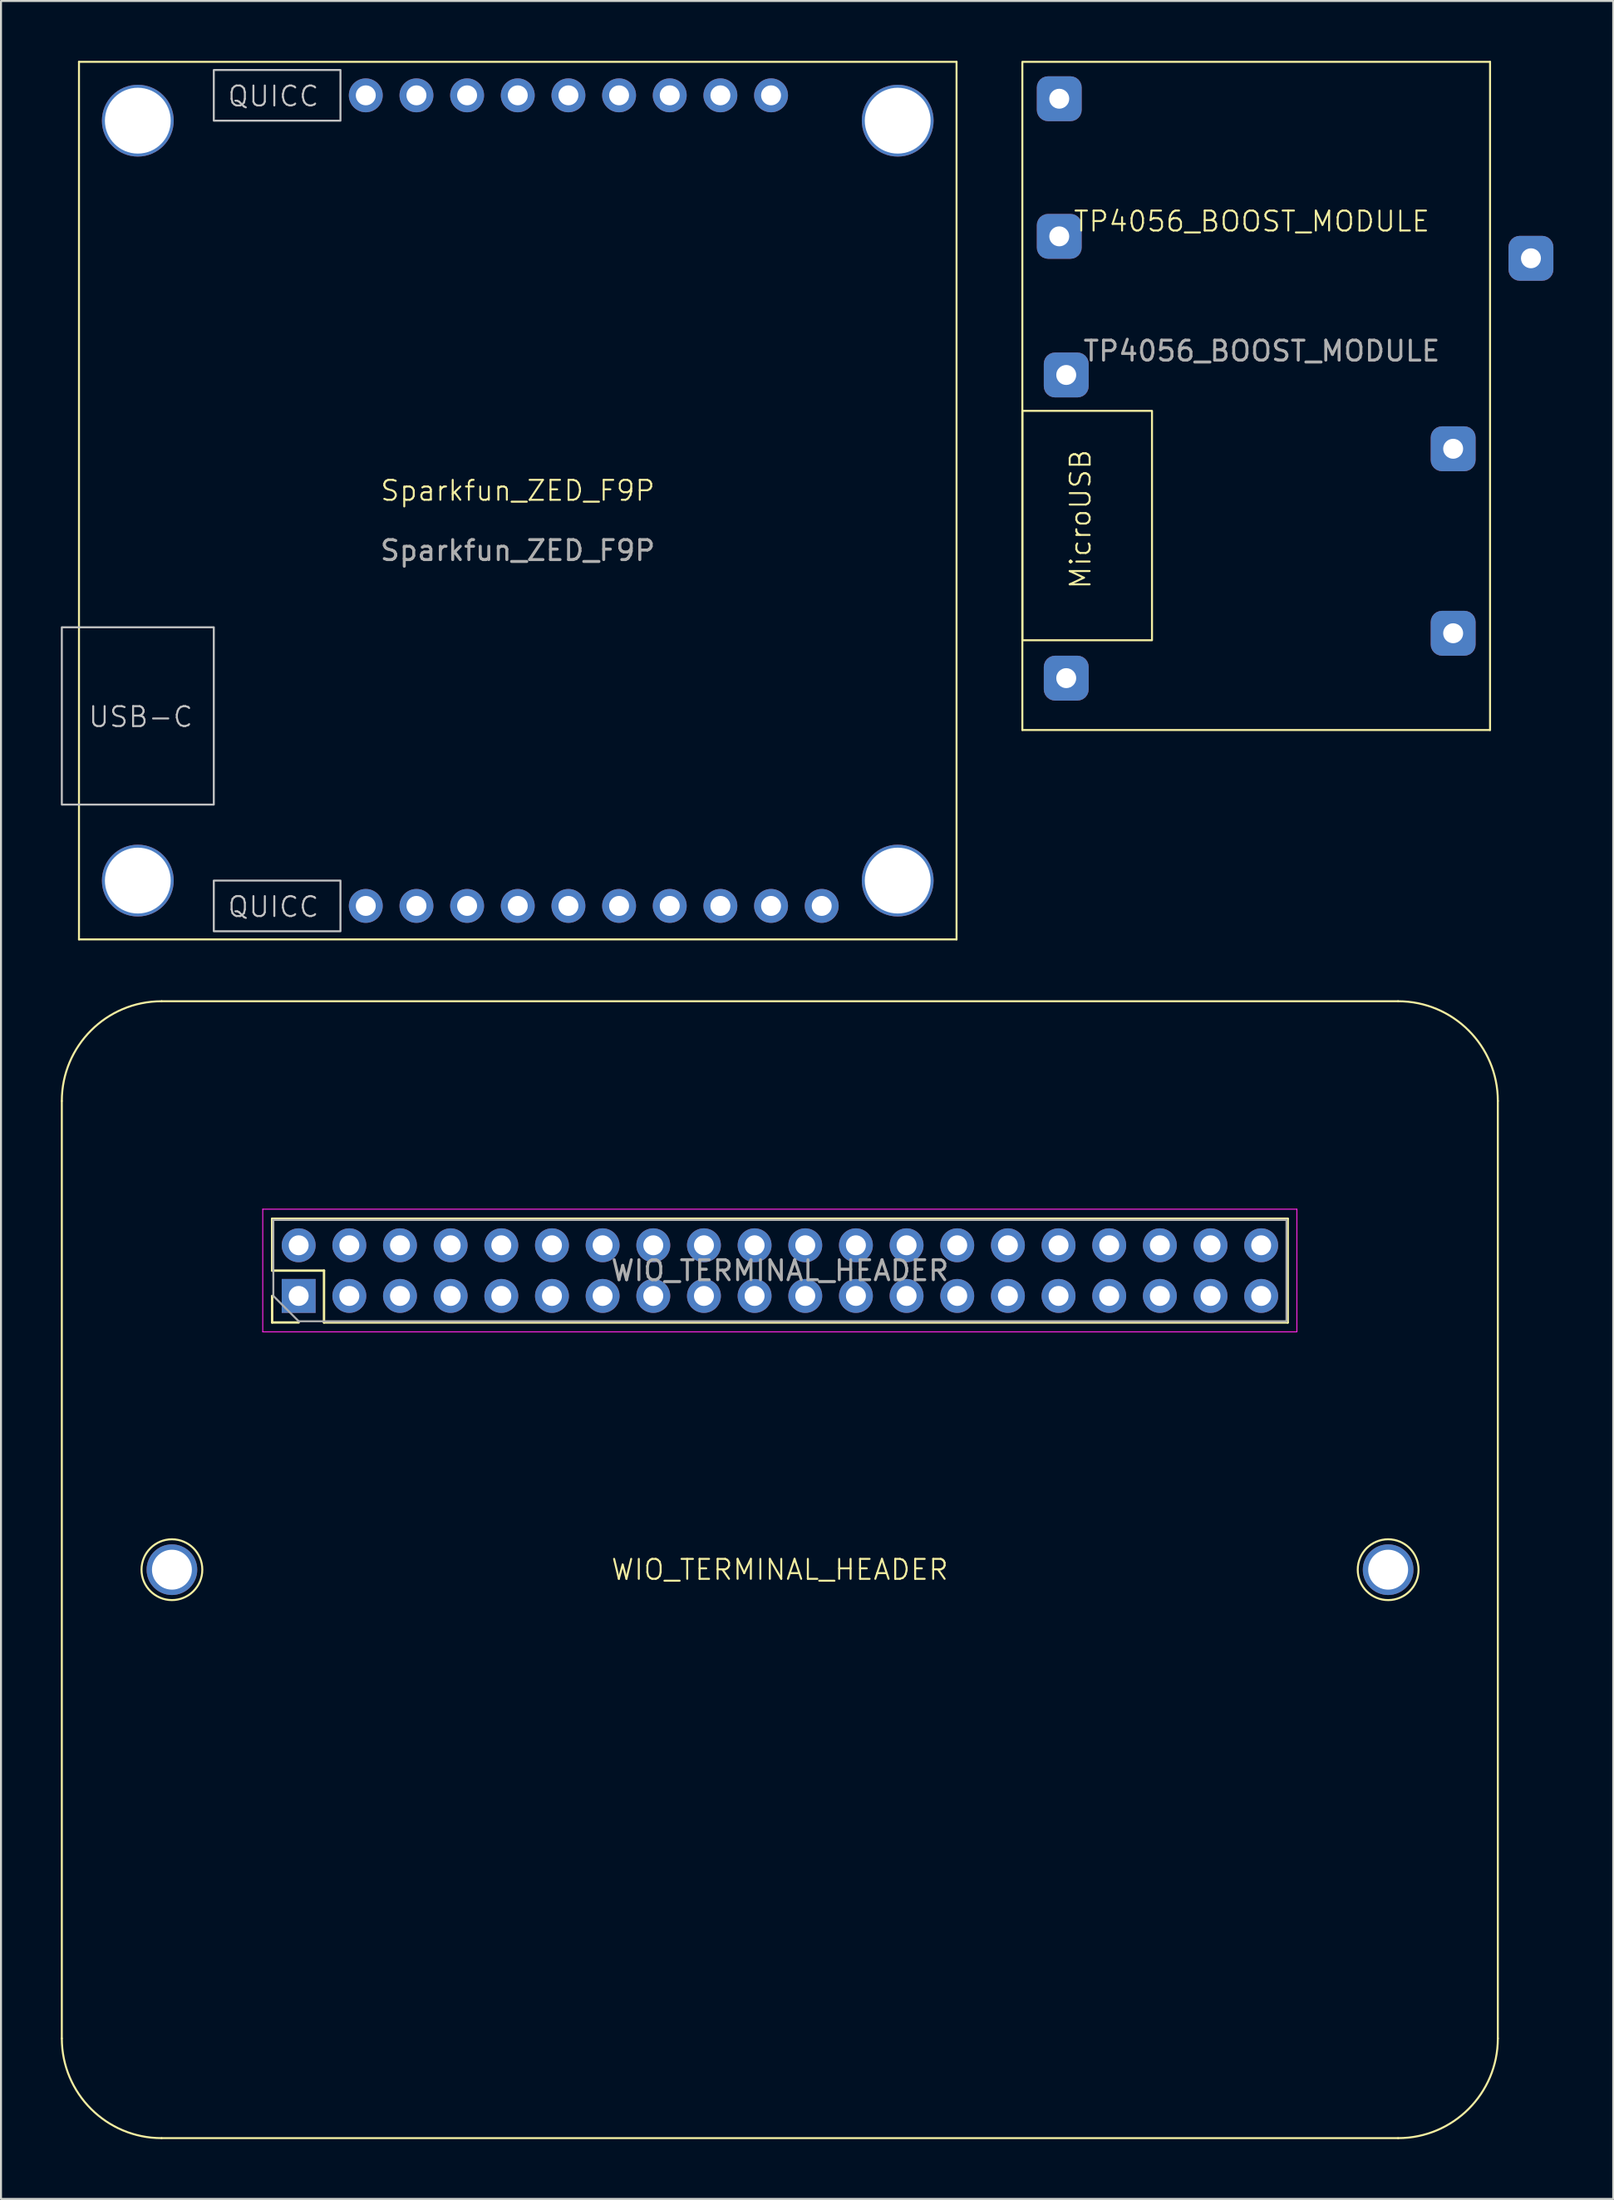
<source format=kicad_pcb>
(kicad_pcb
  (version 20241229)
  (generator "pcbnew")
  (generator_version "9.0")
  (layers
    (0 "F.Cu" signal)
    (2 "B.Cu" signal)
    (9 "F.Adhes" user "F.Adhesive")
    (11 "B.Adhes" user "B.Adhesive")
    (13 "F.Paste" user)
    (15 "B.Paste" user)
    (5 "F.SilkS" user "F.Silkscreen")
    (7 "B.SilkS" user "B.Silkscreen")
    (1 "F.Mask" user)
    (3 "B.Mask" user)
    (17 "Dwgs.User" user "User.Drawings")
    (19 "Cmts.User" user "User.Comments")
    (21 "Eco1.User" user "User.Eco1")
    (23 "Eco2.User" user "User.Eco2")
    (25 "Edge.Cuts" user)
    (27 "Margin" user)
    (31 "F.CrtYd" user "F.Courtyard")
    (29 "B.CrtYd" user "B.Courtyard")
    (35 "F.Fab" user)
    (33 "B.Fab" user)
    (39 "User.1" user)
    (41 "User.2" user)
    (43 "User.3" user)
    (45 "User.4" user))
  (footprint "Sparkfun_ZED_F9P"
    (layer "F.Cu")
    (at 22.91 22.05)
    (property "Reference" "Sparkfun_ZED_F9P" (at 0 -0.5 0) (unlocked yes) (layer "F.SilkS") (effects (font (size 1 1) (thickness 0.1))))
    (attr through_hole)
    (fp_line (start -22 -22) (end 22 -22) (stroke (width 0.1) (type default)) (layer "F.SilkS"))
    (fp_line (start -22 22) (end -22 -22) (stroke (width 0.1) (type default)) (layer "F.SilkS"))
    (fp_line (start 22 -22) (end 22 22) (stroke (width 0.1) (type default)) (layer "F.SilkS"))
    (fp_line (start 22 22) (end -22 22) (stroke (width 0.1) (type default)) (layer "F.SilkS"))
    (fp_rect (start -22.86 6.35) (end -15.24 15.24) (stroke (width 0.1) (type default)) (fill no) (layer "Dwgs.User"))
    (fp_rect (start -15.24 -21.59) (end -8.89 -19.05) (stroke (width 0.1) (type default)) (fill no) (layer "Dwgs.User"))
    (fp_rect (start -15.24 19.05) (end -8.89 21.59) (stroke (width 0.1) (type default)) (fill no) (layer "Dwgs.User"))
    (fp_text user "QUICC" (at -14.605 20.955 0) (unlocked yes) (layer "Dwgs.User") (effects (font (size 1 1) (thickness 0.1)) (justify left bottom)))
    (fp_text user "USB-C" (at -21.59 11.43 0) (unlocked yes) (layer "Dwgs.User") (effects (font (size 1 1) (thickness 0.1)) (justify left bottom)))
    (fp_text user "QUICC" (at -14.605 -19.685 0) (unlocked yes) (layer "Dwgs.User") (effects (font (size 1 1) (thickness 0.1)) (justify left bottom)))
    (fp_text user "${REFERENCE}" (at 0 2.5 0) (unlocked yes) (layer "F.Fab") (effects (font (size 1 1) (thickness 0.15))))
    (pad "" np_thru_hole circle (at -19.05 -19.05) (size 3.6 3.6) (drill 3.3) (layers "*.Cu" "*.Mask"))
    (pad "" np_thru_hole circle (at -19.05 19.05) (size 3.6 3.6) (drill 3.3) (layers "*.Cu" "*.Mask"))
    (pad "" np_thru_hole circle (at 19.05 -19.05) (size 3.6 3.6) (drill 3.3) (layers "*.Cu" "*.Mask"))
    (pad "" np_thru_hole circle (at 19.05 19.05) (size 3.6 3.6) (drill 3.3) (layers "*.Cu" "*.Mask"))
    (pad "1" thru_hole circle (at 0 20.32) (size 1.7 1.7) (drill 1) (layers "*.Cu" "*.Mask"))
    (pad "1" thru_hole circle (at 12.7 -20.32) (size 1.7 1.7) (drill 1) (layers "*.Cu" "*.Mask"))
    (pad "2" thru_hole circle (at 10.16 -20.32) (size 1.7 1.7) (drill 1) (layers "*.Cu" "*.Mask"))
    (pad "3" thru_hole circle (at 7.62 -20.32) (size 1.7 1.7) (drill 1) (layers "*.Cu" "*.Mask"))
    (pad "4" thru_hole circle (at -2.54 20.32) (size 1.7 1.7) (drill 1) (layers "*.Cu" "*.Mask"))
    (pad "4" thru_hole circle (at 5.08 -20.32) (size 1.7 1.7) (drill 1) (layers "*.Cu" "*.Mask"))
    (pad "5" thru_hole circle (at 2.54 -20.32) (size 1.7 1.7) (drill 1) (layers "*.Cu" "*.Mask"))
    (pad "6" thru_hole circle (at 0 -20.32) (size 1.7 1.7) (drill 1) (layers "*.Cu" "*.Mask"))
    (pad "7" thru_hole circle (at -2.54 -20.32) (size 1.7 1.7) (drill 1) (layers "*.Cu" "*.Mask"))
    (pad "8" thru_hole circle (at -5.08 -20.32) (size 1.7 1.7) (drill 1) (layers "*.Cu" "*.Mask"))
    (pad "8" thru_hole circle (at -5.08 20.32) (size 1.7 1.7) (drill 1) (layers "*.Cu" "*.Mask"))
    (pad "9" thru_hole circle (at -7.62 -20.32) (size 1.7 1.7) (drill 1) (layers "*.Cu" "*.Mask"))
    (pad "9" thru_hole circle (at -7.62 20.32) (size 1.7 1.7) (drill 1) (layers "*.Cu" "*.Mask"))
    (pad "10" thru_hole circle (at 2.54 20.32) (size 1.7 1.7) (drill 1) (layers "*.Cu" "*.Mask"))
    (pad "11" thru_hole circle (at 5.08 20.32) (size 1.7 1.7) (drill 1) (layers "*.Cu" "*.Mask"))
    (pad "12" thru_hole circle (at 7.62 20.32) (size 1.7 1.7) (drill 1) (layers "*.Cu" "*.Mask"))
    (pad "13" thru_hole circle (at 10.16 20.32) (size 1.7 1.7) (drill 1) (layers "*.Cu" "*.Mask"))
    (pad "14" thru_hole circle (at 12.7 20.32) (size 1.7 1.7) (drill 1) (layers "*.Cu" "*.Mask"))
    (pad "15" thru_hole circle (at 15.24 20.32) (size 1.7 1.7) (drill 1) (layers "*.Cu" "*.Mask")))
  (footprint "TP4056_BOOST_MODULE"
    (layer "F.Cu")
    (at 48.21 33.55)
    (property "Reference" "TP4056_BOOST_MODULE" (at 11.5 -25.5 0) (unlocked yes) (layer "F.SilkS") (effects (font (size 1 1) (thickness 0.1))))
    (attr smd)
    (fp_line (start 0 -33.5) (end 23.45 -33.5) (stroke (width 0.1) (type default)) (layer "F.SilkS"))
    (fp_line (start 0 0) (end 0 -33.45) (stroke (width 0.1) (type default)) (layer "F.SilkS"))
    (fp_line (start 23.45 -33.5) (end 23.45 0) (stroke (width 0.1) (type default)) (layer "F.SilkS"))
    (fp_line (start 23.45 0) (end 0 0) (stroke (width 0.1) (type default)) (layer "F.SilkS"))
    (fp_rect (start 0 -16) (end 6.5 -4.5) (stroke (width 0.1) (type default)) (fill no) (layer "F.SilkS"))
    (fp_text user "MicroUSB" (at 3.5 -7 90) (unlocked yes) (layer "F.SilkS") (effects (font (size 1 1) (thickness 0.1)) (justify left bottom)))
    (fp_text user "${REFERENCE}" (at 12 -19 0) (unlocked yes) (layer "F.Fab") (effects (font (size 1 1) (thickness 0.15))))
    (pad "1" thru_hole roundrect (at 1.85 -31.65) (size 2.25 2.25) (drill 1) (layers "*.Cu" "*.Mask") (roundrect_rratio 0.25))
    (pad "2" thru_hole roundrect (at 1.85 -24.75) (size 2.25 2.25) (drill 1) (layers "*.Cu" "*.Mask") (roundrect_rratio 0.25))
    (pad "3" thru_hole roundrect (at 2.2 -17.8) (size 2.25 2.25) (drill 1) (layers "*.Cu" "*.Mask") (roundrect_rratio 0.25))
    (pad "4" thru_hole roundrect (at 2.2 -2.6) (size 2.25 2.25) (drill 1) (layers "*.Cu" "*.Mask") (roundrect_rratio 0.25))
    (pad "5" thru_hole roundrect (at 21.6 -4.85) (size 2.25 2.25) (drill 1) (layers "*.Cu" "*.Mask") (roundrect_rratio 0.25))
    (pad "6" thru_hole roundrect (at 21.6 -14.1) (size 2.25 2.25) (drill 1) (layers "*.Cu" "*.Mask") (roundrect_rratio 0.25))
    (pad "7" thru_hole roundrect (at 25.5 -23.65) (size 2.25 2.25) (drill 1) (layers "*.Cu" "*.Mask") (roundrect_rratio 0.25)))
  (footprint "WIO_TERMINAL_HEADER"
    (layer "F.Cu")
    (at 36.05 75.65)
    (property "Reference" "WIO_TERMINAL_HEADER" (at 0 0 0) (unlocked yes) (layer "F.SilkS") (effects (font (size 1 1) (thickness 0.1))))
    (attr through_hole)
    (fp_line (start -36 -23.5) (end -36 23.5) (stroke (width 0.1) (type default)) (layer "F.SilkS"))
    (fp_line (start -31 28.5) (end 31 28.5) (stroke (width 0.1) (type default)) (layer "F.SilkS"))
    (fp_line (start -25.455 -17.595) (end 25.465 -17.595) (stroke (width 0.12) (type solid)) (layer "F.SilkS"))
    (fp_line (start -25.455 -14.995) (end -25.455 -17.595) (stroke (width 0.12) (type solid)) (layer "F.SilkS"))
    (fp_line (start -25.455 -12.395) (end -25.455 -13.725) (stroke (width 0.12) (type solid)) (layer "F.SilkS"))
    (fp_line (start -24.125 -12.395) (end -25.455 -12.395) (stroke (width 0.12) (type solid)) (layer "F.SilkS"))
    (fp_line (start -22.855 -14.995) (end -25.455 -14.995) (stroke (width 0.12) (type solid)) (layer "F.SilkS"))
    (fp_line (start -22.855 -12.395) (end -22.855 -14.995) (stroke (width 0.12) (type solid)) (layer "F.SilkS"))
    (fp_line (start -22.855 -12.395) (end 25.465 -12.395) (stroke (width 0.12) (type solid)) (layer "F.SilkS"))
    (fp_line (start 25.465 -12.395) (end 25.465 -17.595) (stroke (width 0.12) (type solid)) (layer "F.SilkS"))
    (fp_line (start 31 -28.5) (end -31 -28.5) (stroke (width 0.1) (type default)) (layer "F.SilkS"))
    (fp_line (start 36 23.5) (end 36 -23.5) (stroke (width 0.1) (type default)) (layer "F.SilkS"))
    (fp_arc (start -35.999928 -23.499953) (mid -34.535465 -27.03548) (end -30.999938 -28.499943) (stroke (width 0.1) (type default)) (layer "F.SilkS"))
    (fp_arc (start -30.999938 28.499943) (mid -34.535465 27.03548) (end -35.999928 23.499953) (stroke (width 0.1) (type default)) (layer "F.SilkS"))
    (fp_arc (start 30.999938 -28.499943) (mid 34.535467 -27.035481) (end 35.999928 -23.499953) (stroke (width 0.1) (type default)) (layer "F.SilkS"))
    (fp_arc (start 35.999928 23.499953) (mid 34.535464 27.035477) (end 30.999938 28.499943) (stroke (width 0.1) (type default)) (layer "F.SilkS"))
    (fp_circle (center -30.48 0) (end -28.956 0) (stroke (width 0.1) (type default)) (fill no) (layer "F.SilkS"))
    (fp_circle (center 30.5 0) (end 32.024 0) (stroke (width 0.1) (type default)) (fill no) (layer "F.SilkS"))
    (fp_line (start -25.925 -18.075) (end -25.925 -11.925) (stroke (width 0.05) (type solid)) (layer "F.CrtYd"))
    (fp_line (start -25.925 -11.925) (end 25.925 -11.925) (stroke (width 0.05) (type solid)) (layer "F.CrtYd"))
    (fp_line (start 25.925 -18.075) (end -25.925 -18.075) (stroke (width 0.05) (type solid)) (layer "F.CrtYd"))
    (fp_line (start 25.925 -11.925) (end 25.925 -18.075) (stroke (width 0.05) (type solid)) (layer "F.CrtYd"))
    (fp_line (start -25.395 -17.535) (end 25.405 -17.535) (stroke (width 0.1) (type solid)) (layer "F.Fab"))
    (fp_line (start -25.395 -13.725) (end -25.395 -17.535) (stroke (width 0.1) (type solid)) (layer "F.Fab"))
    (fp_line (start -24.125 -12.455) (end -25.395 -13.725) (stroke (width 0.1) (type solid)) (layer "F.Fab"))
    (fp_line (start 25.405 -17.535) (end 25.405 -12.455) (stroke (width 0.1) (type solid)) (layer "F.Fab"))
    (fp_line (start 25.405 -12.455) (end -24.125 -12.455) (stroke (width 0.1) (type solid)) (layer "F.Fab"))
    (fp_text user "${REFERENCE}" (at 0.005 -14.995 180) (layer "F.Fab") (effects (font (size 1 1) (thickness 0.15))))
    (pad "" np_thru_hole circle (at -30.48 0 50) (size 2.54 2.54) (drill 2) (layers "*.Cu" "*.Mask"))
    (pad "" np_thru_hole circle (at 30.5 0 50) (size 2.54 2.54) (drill 2) (layers "*.Cu" "*.Mask"))
    (pad "1" thru_hole rect (at -24.125 -13.725 90) (size 1.7 1.7) (drill 1) (layers "*.Cu" "*.Mask"))
    (pad "2" thru_hole oval (at -24.125 -16.265 90) (size 1.7 1.7) (drill 1) (layers "*.Cu" "*.Mask"))
    (pad "3" thru_hole oval (at -21.585 -13.725 90) (size 1.7 1.7) (drill 1) (layers "*.Cu" "*.Mask"))
    (pad "4" thru_hole oval (at -21.585 -16.265 90) (size 1.7 1.7) (drill 1) (layers "*.Cu" "*.Mask"))
    (pad "5" thru_hole oval (at -19.045 -13.725 90) (size 1.7 1.7) (drill 1) (layers "*.Cu" "*.Mask"))
    (pad "6" thru_hole oval (at -19.045 -16.265 90) (size 1.7 1.7) (drill 1) (layers "*.Cu" "*.Mask"))
    (pad "7" thru_hole oval (at -16.505 -13.725 90) (size 1.7 1.7) (drill 1) (layers "*.Cu" "*.Mask"))
    (pad "8" thru_hole oval (at -16.505 -16.265 90) (size 1.7 1.7) (drill 1) (layers "*.Cu" "*.Mask"))
    (pad "9" thru_hole oval (at -13.965 -13.725 90) (size 1.7 1.7) (drill 1) (layers "*.Cu" "*.Mask"))
    (pad "10" thru_hole oval (at -13.965 -16.265 90) (size 1.7 1.7) (drill 1) (layers "*.Cu" "*.Mask"))
    (pad "11" thru_hole oval (at -11.425 -13.725 90) (size 1.7 1.7) (drill 1) (layers "*.Cu" "*.Mask"))
    (pad "12" thru_hole oval (at -11.425 -16.265 90) (size 1.7 1.7) (drill 1) (layers "*.Cu" "*.Mask"))
    (pad "13" thru_hole oval (at -8.885 -13.725 90) (size 1.7 1.7) (drill 1) (layers "*.Cu" "*.Mask"))
    (pad "14" thru_hole oval (at -8.885 -16.265 90) (size 1.7 1.7) (drill 1) (layers "*.Cu" "*.Mask"))
    (pad "15" thru_hole oval (at -6.345 -13.725 90) (size 1.7 1.7) (drill 1) (layers "*.Cu" "*.Mask"))
    (pad "16" thru_hole oval (at -6.345 -16.265 90) (size 1.7 1.7) (drill 1) (layers "*.Cu" "*.Mask"))
    (pad "17" thru_hole oval (at -3.805 -13.725 90) (size 1.7 1.7) (drill 1) (layers "*.Cu" "*.Mask"))
    (pad "18" thru_hole oval (at -3.805 -16.265 90) (size 1.7 1.7) (drill 1) (layers "*.Cu" "*.Mask"))
    (pad "19" thru_hole oval (at -1.265 -13.725 90) (size 1.7 1.7) (drill 1) (layers "*.Cu" "*.Mask"))
    (pad "20" thru_hole oval (at -1.265 -16.265 90) (size 1.7 1.7) (drill 1) (layers "*.Cu" "*.Mask"))
    (pad "21" thru_hole oval (at 1.275 -13.725 90) (size 1.7 1.7) (drill 1) (layers "*.Cu" "*.Mask"))
    (pad "22" thru_hole oval (at 1.275 -16.265 90) (size 1.7 1.7) (drill 1) (layers "*.Cu" "*.Mask"))
    (pad "23" thru_hole oval (at 3.815 -13.725 90) (size 1.7 1.7) (drill 1) (layers "*.Cu" "*.Mask"))
    (pad "24" thru_hole oval (at 3.815 -16.265 90) (size 1.7 1.7) (drill 1) (layers "*.Cu" "*.Mask"))
    (pad "25" thru_hole oval (at 6.355 -13.725 90) (size 1.7 1.7) (drill 1) (layers "*.Cu" "*.Mask"))
    (pad "26" thru_hole oval (at 6.355 -16.265 90) (size 1.7 1.7) (drill 1) (layers "*.Cu" "*.Mask"))
    (pad "27" thru_hole oval (at 8.895 -13.725 90) (size 1.7 1.7) (drill 1) (layers "*.Cu" "*.Mask"))
    (pad "28" thru_hole oval (at 8.895 -16.265 90) (size 1.7 1.7) (drill 1) (layers "*.Cu" "*.Mask"))
    (pad "29" thru_hole oval (at 11.435 -13.725 90) (size 1.7 1.7) (drill 1) (layers "*.Cu" "*.Mask"))
    (pad "30" thru_hole oval (at 11.435 -16.265 90) (size 1.7 1.7) (drill 1) (layers "*.Cu" "*.Mask"))
    (pad "31" thru_hole oval (at 13.975 -13.725 90) (size 1.7 1.7) (drill 1) (layers "*.Cu" "*.Mask"))
    (pad "32" thru_hole oval (at 13.975 -16.265 90) (size 1.7 1.7) (drill 1) (layers "*.Cu" "*.Mask"))
    (pad "33" thru_hole oval (at 16.515 -13.725 90) (size 1.7 1.7) (drill 1) (layers "*.Cu" "*.Mask"))
    (pad "34" thru_hole oval (at 16.515 -16.265 90) (size 1.7 1.7) (drill 1) (layers "*.Cu" "*.Mask"))
    (pad "35" thru_hole oval (at 19.055 -13.725 90) (size 1.7 1.7) (drill 1) (layers "*.Cu" "*.Mask"))
    (pad "36" thru_hole oval (at 19.055 -16.265 90) (size 1.7 1.7) (drill 1) (layers "*.Cu" "*.Mask"))
    (pad "37" thru_hole oval (at 21.595 -13.725 90) (size 1.7 1.7) (drill 1) (layers "*.Cu" "*.Mask"))
    (pad "38" thru_hole oval (at 21.595 -16.265 90) (size 1.7 1.7) (drill 1) (layers "*.Cu" "*.Mask"))
    (pad "39" thru_hole oval (at 24.135 -13.725 90) (size 1.7 1.7) (drill 1) (layers "*.Cu" "*.Mask"))
    (pad "40" thru_hole oval (at 24.135 -16.265 90) (size 1.7 1.7) (drill 1) (layers "*.Cu" "*.Mask")))
  (gr_rect
    (start -3 -3)
    (end 77.835 107.2)
    (stroke (width 0.1) (type default))
    (fill no)
    (layer "Edge.Cuts")))
</source>
